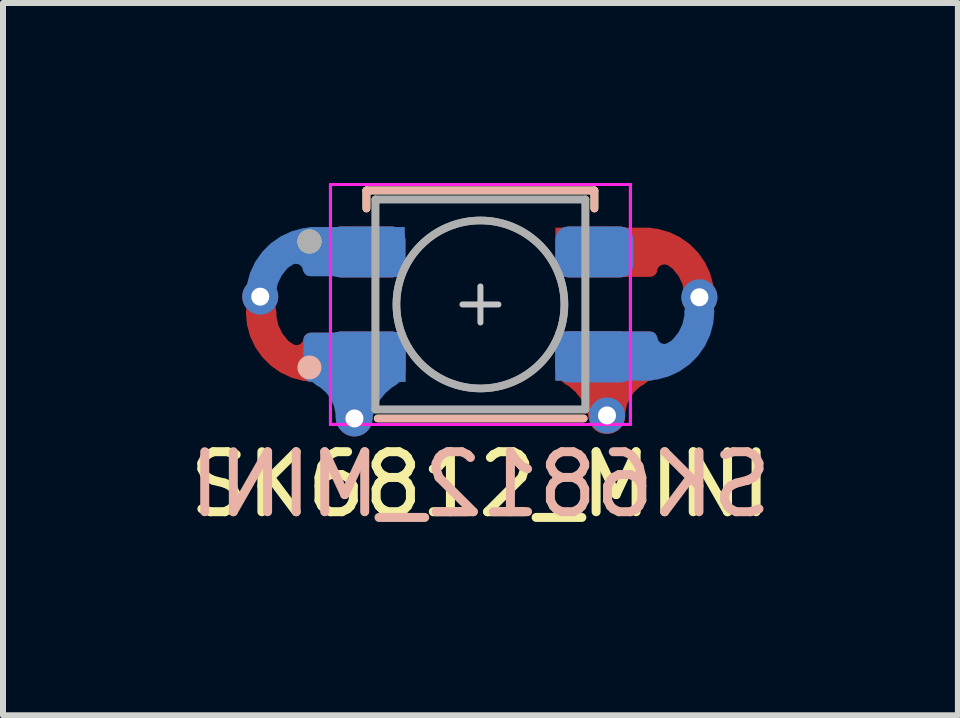
<source format=kicad_pcb>
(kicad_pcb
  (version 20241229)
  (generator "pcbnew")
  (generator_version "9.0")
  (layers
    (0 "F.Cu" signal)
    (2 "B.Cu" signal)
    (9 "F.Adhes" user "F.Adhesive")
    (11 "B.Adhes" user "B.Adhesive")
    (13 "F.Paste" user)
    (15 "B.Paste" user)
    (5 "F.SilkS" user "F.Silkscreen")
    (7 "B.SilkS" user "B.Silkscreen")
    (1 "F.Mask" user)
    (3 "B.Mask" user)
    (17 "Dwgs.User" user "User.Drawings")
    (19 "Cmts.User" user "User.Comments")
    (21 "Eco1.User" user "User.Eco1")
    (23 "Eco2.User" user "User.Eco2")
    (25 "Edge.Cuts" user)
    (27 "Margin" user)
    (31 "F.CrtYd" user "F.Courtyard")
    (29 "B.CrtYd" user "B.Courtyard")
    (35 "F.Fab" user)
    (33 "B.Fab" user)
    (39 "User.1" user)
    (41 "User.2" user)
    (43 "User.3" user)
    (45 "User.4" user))
  (footprint "SK6812_MINI"
    (layer "F.Cu")
    (at 4.958 2.025)
    (property "Reference" "SK6812_MINI" (at 0 3 180) (layer "B.SilkS") (effects (font (size 1 1) (thickness 0.15)) (justify mirror)))
    (attr smd)
    (fp_line (start -1.9 -1.9) (end 1.9 -1.9) (stroke (width 0.127) (type solid)) (layer "F.SilkS"))
    (fp_line (start -1.9 -1.9) (end 1.9 -1.9) (stroke (width 0.127) (type solid)) (layer "F.SilkS"))
    (fp_line (start -1.9 -1.6) (end -1.9 -1.9) (stroke (width 0.127) (type solid)) (layer "F.SilkS"))
    (fp_line (start -1.9 -1.6) (end -1.9 -1.9) (stroke (width 0.127) (type solid)) (layer "F.SilkS"))
    (fp_line (start -1.713 1.9) (end 1.72 1.9) (stroke (width 0.127) (type solid)) (layer "F.SilkS"))
    (fp_line (start 1.9 -1.9) (end 1.9 -1.6) (stroke (width 0.127) (type solid)) (layer "F.SilkS"))
    (fp_line (start 1.9 -1.9) (end 1.9 -1.6) (stroke (width 0.127) (type solid)) (layer "F.SilkS"))
    (fp_circle (center -2.85 -1.05) (end -2.75 -1.05) (stroke (width 0.2) (type solid)) (fill no) (layer "F.SilkS"))
    (fp_line (start -1.9 -1.9) (end 1.9 -1.9) (stroke (width 0.127) (type solid)) (layer "B.SilkS"))
    (fp_line (start -1.9 -1.6) (end -1.9 -1.9) (stroke (width 0.127) (type solid)) (layer "B.SilkS"))
    (fp_line (start -1.71 1.9) (end 1.723 1.9) (stroke (width 0.127) (type solid)) (layer "B.SilkS"))
    (fp_line (start 1.9 -1.9) (end 1.9 -1.6) (stroke (width 0.127) (type solid)) (layer "B.SilkS"))
    (fp_circle (center -2.85 1.05) (end -2.75 1.05) (stroke (width 0.2) (type solid)) (fill no) (layer "B.SilkS"))
    (fp_line (start -0.3 0) (end 0.3 0) (stroke (width 0.1) (type solid)) (layer "Dwgs.User"))
    (fp_line (start 0 0.3) (end 0 -0.3) (stroke (width 0.1) (type solid)) (layer "Dwgs.User"))
    (fp_line (start -2.5 -2) (end 2.5 -2) (stroke (width 0.05) (type solid)) (layer "F.CrtYd"))
    (fp_line (start -2.5 -2) (end 2.5 -2) (stroke (width 0.05) (type solid)) (layer "F.CrtYd"))
    (fp_line (start -2.5 2) (end -2.5 -2) (stroke (width 0.05) (type solid)) (layer "F.CrtYd"))
    (fp_line (start -2.5 2) (end -2.5 -2) (stroke (width 0.05) (type solid)) (layer "F.CrtYd"))
    (fp_line (start 2.5 -2) (end 2.5 2) (stroke (width 0.05) (type solid)) (layer "F.CrtYd"))
    (fp_line (start 2.5 -2) (end 2.5 2) (stroke (width 0.05) (type solid)) (layer "F.CrtYd"))
    (fp_line (start 2.5 2) (end -2.5 2) (stroke (width 0.05) (type solid)) (layer "F.CrtYd"))
    (fp_line (start 2.5 2) (end -2.5 2) (stroke (width 0.05) (type solid)) (layer "F.CrtYd"))
    (fp_line (start -1.75 -1.75) (end 1.75 -1.75) (stroke (width 0.127) (type solid)) (layer "F.Fab"))
    (fp_line (start -1.75 -1.75) (end 1.75 -1.75) (stroke (width 0.127) (type solid)) (layer "F.Fab"))
    (fp_line (start -1.75 1.75) (end -1.75 -1.75) (stroke (width 0.127) (type solid)) (layer "F.Fab"))
    (fp_line (start -1.75 1.75) (end -1.75 -1.75) (stroke (width 0.127) (type solid)) (layer "F.Fab"))
    (fp_line (start 1.75 -1.75) (end 1.75 1.75) (stroke (width 0.127) (type solid)) (layer "F.Fab"))
    (fp_line (start 1.75 -1.75) (end 1.75 1.75) (stroke (width 0.127) (type solid)) (layer "F.Fab"))
    (fp_line (start 1.75 1.75) (end -1.75 1.75) (stroke (width 0.127) (type solid)) (layer "F.Fab"))
    (fp_line (start 1.75 1.75) (end -1.75 1.75) (stroke (width 0.127) (type solid)) (layer "F.Fab"))
    (fp_circle (center -2.85 -1.05) (end -2.75 -1.05) (stroke (width 0.2) (type solid)) (fill no) (layer "F.Fab"))
    (fp_circle (center 0 0) (end 1.4 0) (stroke (width 0.127) (type solid)) (fill no) (layer "F.Fab"))
    (fp_circle (center 0 0) (end 1.4 0) (stroke (width 0.127) (type solid)) (fill no) (layer "F.Fab"))
    (fp_line (start -1.75 -1.75) (end 1.75 -1.75) (stroke (width 0.127) (type solid)) (layer "User.9"))
    (fp_line (start -1.75 1.75) (end -1.75 -1.75) (stroke (width 0.127) (type solid)) (layer "User.9"))
    (fp_line (start 1.75 -1.75) (end 1.75 1.75) (stroke (width 0.127) (type solid)) (layer "User.9"))
    (fp_line (start 1.75 1.75) (end -1.75 1.75) (stroke (width 0.127) (type solid)) (layer "User.9"))
    (fp_line (start -1.75 -1.75) (end 1.75 -1.75) (stroke (width 0.127) (type solid)) (layer "User.10"))
    (fp_line (start -1.75 1.75) (end -1.75 -1.75) (stroke (width 0.127) (type solid)) (layer "User.10"))
    (fp_line (start 1.75 -1.75) (end 1.75 1.75) (stroke (width 0.127) (type solid)) (layer "User.10"))
    (fp_line (start 1.75 1.75) (end -1.75 1.75) (stroke (width 0.127) (type solid)) (layer "User.10"))
    (fp_text user "${REFERENCE}" (at 0 3 180) (layer "F.SilkS") (effects (font (size 1 1) (thickness 0.15))))
    (pad "1" smd custom (at -2.1 0.88) (size 0.82 0.82) (layers "B.Cu") (options (anchor circle)) (primitives (gr_arc (start 0.000001 1) (mid 0.178867 0.544455) (end 0.535033 0.208807) (width 0.6)) (gr_arc (start -0.48 0.21) (mid -0.140375 0.541846) (end -0.015717 1.000025) (width 0.6)) (gr_line (start 0 -0.01) (end 0 1) (width 0.6)) (gr_poly (pts (xy -0.85 0.287) (xy -0.841 0.334) (xy -0.814 0.374) (xy -0.774 0.401) (xy -0.727 0.41) (xy 0.85 0.41) (xy 0.85 -0.41) (xy -0.727 -0.41) (xy -0.774 -0.401) (xy -0.814 -0.374) (xy -0.841 -0.334) (xy -0.85 -0.287)) (width 0) (fill yes))))
    (pad "1" thru_hole circle (at -2.1 1.9 180) (size 0.6 0.6) (drill 0.3) (layers "*.Cu"))
    (pad "1" smd roundrect (at -1.9 -0.875) (size 1.3 0.85) (layers "F.Cu" "F.Mask" "F.Paste") (roundrect_rratio 0.25))
    (pad "1" smd roundrect (at -1.9 0.875 180) (size 1.3 0.85) (layers "B.Cu" "B.Mask" "B.Paste") (roundrect_rratio 0.25))
    (pad "2" thru_hole circle (at -3.67 -0.13 180) (size 0.6 0.6) (drill 0.3) (layers "*.Cu"))
    (pad "2" smd custom (at -2.11 -0.88) (size 0.82 0.82) (layers "B.Cu") (options (anchor circle)) (primitives (gr_poly (pts (xy 0.85 0.41) (xy -0.727 0.41) (xy -0.774 0.401) (xy -0.814 0.374) (xy -0.841 0.334) (xy -0.85 0.287) (xy -0.85 -0.287) (xy -0.841 -0.334) (xy -0.814 -0.374) (xy -0.774 -0.401) (xy -0.727 -0.41) (xy 0.85 -0.41)) (width 0) (fill yes)) (gr_arc (start -1.088917 0.176284) (mid -0.899992 0.139997) (end -0.778482 0.289144) (width 0.15)) (gr_arc (start -1.55 0.750001) (mid -1.283467 0.106534) (end -0.64 -0.159999) (width 0.5))))
    (pad "2" smd custom (at -2.1 0.88 180) (size 0.82 0.82) (layers "F.Cu") (options (anchor circle)) (primitives (gr_poly (pts (xy -0.85 0.41) (xy 0.727 0.41) (xy 0.774 0.401) (xy 0.814 0.374) (xy 0.841 0.334) (xy 0.85 0.287) (xy 0.85 -0.287) (xy 0.841 -0.334) (xy 0.814 -0.374) (xy 0.774 -0.401) (xy 0.727 -0.41) (xy -0.85 -0.41)) (width 0) (fill yes)) (gr_arc (start 0.778482 0.289144) (mid 0.899992 0.139997) (end 1.088917 0.176284) (width 0.15)) (gr_arc (start 0.64 -0.159999) (mid 1.283467 0.106534) (end 1.55 0.750001) (width 0.5))))
    (pad "2" smd custom (at -2.1 0.88 180) (size 0.82 0.82) (layers "F.Cu") (options (anchor circle)) (primitives (gr_rect (start -0.85 -0.41) (end 0 0.41) (width 0) (fill yes)) (gr_line (start 0.15 -0.16) (end 0.65 -0.16) (width 0.5)) (gr_arc (start 0.65 -0.16) (mid 1.29347 0.10653) (end 1.56 0.75) (width 0.5)) (gr_arc (start 0.770007 0.310654) (mid 0.893184 0.135381) (end 1.105632 0.162936) (width 0.15))))
    (pad "2" smd roundrect (at -1.9 -0.875 180) (size 1.3 0.85) (layers "B.Cu" "B.Mask" "B.Paste") (roundrect_rratio 0.25))
    (pad "2" smd roundrect (at -1.9 0.875) (size 1.3 0.85) (layers "F.Cu" "F.Mask" "F.Paste") (roundrect_rratio 0.25))
    (pad "3" smd roundrect (at 1.9 -0.875 180) (size 1.3 0.85) (layers "B.Cu" "B.Mask" "B.Paste") (roundrect_rratio 0.25))
    (pad "3" smd roundrect (at 1.9 0.875) (size 1.3 0.85) (layers "F.Cu" "F.Mask" "F.Paste") (roundrect_rratio 0.25))
    (pad "3" smd custom (at 2.1 0.86 180) (size 0.82 0.82) (layers "F.Cu") (options (anchor circle)) (primitives (gr_arc (start 0.535033 -0.208807) (mid 0.178867 -0.544455) (end 0.000001 -1) (width 0.6)) (gr_arc (start -0.015717 -1.000025) (mid -0.140375 -0.541846) (end -0.48 -0.21) (width 0.6)) (gr_line (start 0 0.01) (end 0 -1) (width 0.6)) (gr_poly (pts (xy -0.85 -0.287) (xy -0.841 -0.334) (xy -0.814 -0.374) (xy -0.774 -0.401) (xy -0.727 -0.41) (xy 0.85 -0.41) (xy 0.85 0.41) (xy -0.727 0.41) (xy -0.774 0.401) (xy -0.814 0.374) (xy -0.841 0.334) (xy -0.85 0.287)) (width 0) (fill yes))))
    (pad "3" thru_hole circle (at 2.11 1.85 180) (size 0.6 0.6) (drill 0.3) (layers "*.Cu"))
    (pad "4" smd roundrect (at 1.9 -0.875) (size 1.3 0.85) (layers "F.Cu" "F.Mask" "F.Paste") (roundrect_rratio 0.25))
    (pad "4" smd roundrect (at 1.9 0.875 180) (size 1.3 0.85) (layers "B.Cu" "B.Mask" "B.Paste") (roundrect_rratio 0.25))
    (pad "4" smd custom (at 2.1 -0.87 180) (size 0.82 0.82) (layers "F.Cu") (options (anchor circle)) (primitives (gr_poly (pts (xy -0.85 -0.287) (xy -0.841 -0.334) (xy -0.814 -0.374) (xy -0.774 -0.401) (xy -0.727 -0.41) (xy 0.85 -0.41) (xy 0.85 0.41) (xy -0.727 0.41) (xy -0.774 0.401) (xy -0.814 0.374) (xy -0.841 0.334) (xy -0.85 0.287)) (width 0) (fill yes)) (gr_arc (start -0.64 0.16) (mid -1.283467 -0.106532) (end -1.55 -0.749999) (width 0.5)) (gr_arc (start -0.770001 -0.294265) (mid -0.902748 -0.140006) (end -1.101823 -0.182277) (width 0.15))))
    (pad "4" smd custom (at 2.1 0.86) (size 0.82 0.82) (layers "B.Cu") (options (anchor circle)) (primitives (gr_poly (pts (xy -0.85 -0.41) (xy 0.727 -0.41) (xy 0.774 -0.401) (xy 0.814 -0.374) (xy 0.841 -0.334) (xy 0.85 -0.287) (xy 0.85 0.287) (xy 0.841 0.334) (xy 0.814 0.374) (xy 0.774 0.401) (xy 0.727 0.41) (xy -0.85 0.41)) (width 0) (fill yes)) (gr_arc (start 1.088917 -0.176284) (mid 0.899992 -0.139997) (end 0.778482 -0.289144) (width 0.15)) (gr_arc (start 1.55 -0.750001) (mid 1.283467 -0.106534) (end 0.64 0.159999) (width 0.5))))
    (pad "4" thru_hole circle (at 3.65 -0.12 180) (size 0.6 0.6) (drill 0.3) (layers "*.Cu")))
  (gr_rect
    (start -3 -3)
    (end 12.917 8.873)
    (stroke (width 0.1) (type default))
    (fill no)
    (layer "Edge.Cuts")))
</source>
